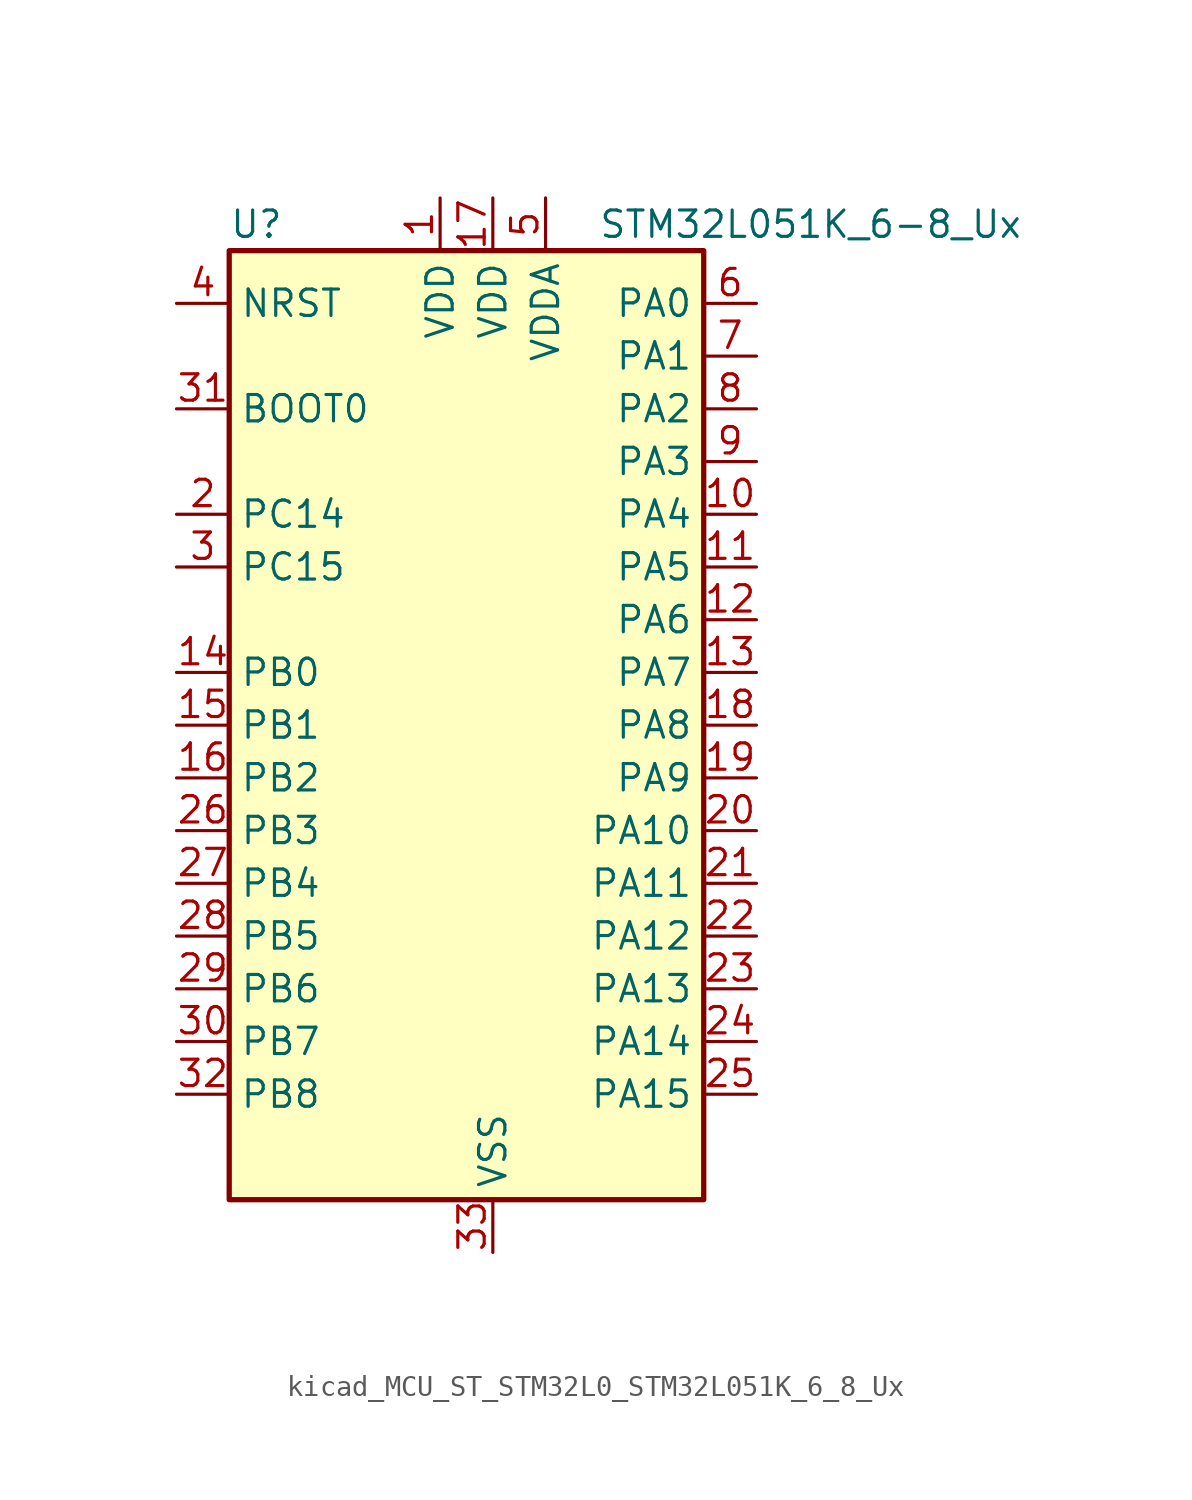
<source format=kicad_sym>
(kicad_symbol_lib
  (version 20220914)
  (generator kicad_symbol_editor)
  (symbol "kicad_MCU_ST_STM32L0_STM32L051K_6_8_Ux"
    (property "Reference" "U"
      (at -10.16 24.13 0)
      (effects (font (size 1.27 1.27)) (justify left)))
    (property "Value" "STM32L051K_6-8_Ux"
      (at 7.62 24.13 0)
      (effects (font (size 1.27 1.27)) (justify left)))
    (property "ki_locked" ""
      (at 0 0 0)
      (effects (font (size 1.27 1.27))))
    (symbol "kicad_MCU_ST_STM32L0_STM32L051K_6_8_Ux_0_1"
      (rectangle (start -10.16 -22.86) (end 12.7 22.86) (stroke (width 0.254) (type default)) (fill (type background))))
    (symbol "kicad_MCU_ST_STM32L0_STM32L051K_6_8_Ux_1_1"
      (pin power_in line (at 0 25.4 270) (length 2.54) (name "VDD" (effects (font (size 1.27 1.27)))) (number "1" (effects (font (size 1.27 1.27)))))
      (pin bidirectional line (at 15.24 10.16 180) (length 2.54) (name "PA4" (effects (font (size 1.27 1.27)))) (number "10" (effects (font (size 1.27 1.27)))) (alternate "ADC_IN4" bidirectional line) (alternate "COMP1_INM" bidirectional line) (alternate "COMP2_INM" bidirectional line) (alternate "SPI1_NSS" bidirectional line) (alternate "TIM22_ETR" bidirectional line) (alternate "USART2_CK" bidirectional line))
      (pin bidirectional line (at 15.24 7.62 180) (length 2.54) (name "PA5" (effects (font (size 1.27 1.27)))) (number "11" (effects (font (size 1.27 1.27)))) (alternate "ADC_IN5" bidirectional line) (alternate "COMP1_INM" bidirectional line) (alternate "COMP2_INM" bidirectional line) (alternate "SPI1_SCK" bidirectional line) (alternate "TIM2_CH1" bidirectional line) (alternate "TIM2_ETR" bidirectional line))
      (pin bidirectional line (at 15.24 5.08 180) (length 2.54) (name "PA6" (effects (font (size 1.27 1.27)))) (number "12" (effects (font (size 1.27 1.27)))) (alternate "ADC_IN6" bidirectional line) (alternate "COMP1_OUT" bidirectional line) (alternate "SPI1_MISO" bidirectional line) (alternate "TIM22_CH1" bidirectional line))
      (pin bidirectional line (at 15.24 2.54 180) (length 2.54) (name "PA7" (effects (font (size 1.27 1.27)))) (number "13" (effects (font (size 1.27 1.27)))) (alternate "ADC_IN7" bidirectional line) (alternate "COMP2_OUT" bidirectional line) (alternate "SPI1_MOSI" bidirectional line) (alternate "TIM22_CH2" bidirectional line))
      (pin bidirectional line (at -12.7 2.54 0) (length 2.54) (name "PB0" (effects (font (size 1.27 1.27)))) (number "14" (effects (font (size 1.27 1.27)))) (alternate "ADC_IN8" bidirectional line) (alternate "SYS_VREF_OUT_PB0" bidirectional line))
      (pin bidirectional line (at -12.7 0 0) (length 2.54) (name "PB1" (effects (font (size 1.27 1.27)))) (number "15" (effects (font (size 1.27 1.27)))) (alternate "ADC_IN9" bidirectional line) (alternate "SYS_VREF_OUT_PB1" bidirectional line))
      (pin bidirectional line (at -12.7 -2.54 0) (length 2.54) (name "PB2" (effects (font (size 1.27 1.27)))) (number "16" (effects (font (size 1.27 1.27)))) (alternate "LPTIM1_OUT" bidirectional line))
      (pin power_in line (at 2.54 25.4 270) (length 2.54) (name "VDD" (effects (font (size 1.27 1.27)))) (number "17" (effects (font (size 1.27 1.27)))))
      (pin bidirectional line (at 15.24 0 180) (length 2.54) (name "PA8" (effects (font (size 1.27 1.27)))) (number "18" (effects (font (size 1.27 1.27)))) (alternate "RCC_MCO" bidirectional line) (alternate "USART1_CK" bidirectional line))
      (pin bidirectional line (at 15.24 -2.54 180) (length 2.54) (name "PA9" (effects (font (size 1.27 1.27)))) (number "19" (effects (font (size 1.27 1.27)))) (alternate "RCC_MCO" bidirectional line) (alternate "USART1_TX" bidirectional line))
      (pin bidirectional line (at -12.7 10.16 0) (length 2.54) (name "PC14" (effects (font (size 1.27 1.27)))) (number "2" (effects (font (size 1.27 1.27)))) (alternate "RCC_OSC32_IN" bidirectional line))
      (pin bidirectional line (at 15.24 -5.08 180) (length 2.54) (name "PA10" (effects (font (size 1.27 1.27)))) (number "20" (effects (font (size 1.27 1.27)))) (alternate "USART1_RX" bidirectional line))
      (pin bidirectional line (at 15.24 -7.62 180) (length 2.54) (name "PA11" (effects (font (size 1.27 1.27)))) (number "21" (effects (font (size 1.27 1.27)))) (alternate "ADC_EXTI11" bidirectional line) (alternate "COMP1_OUT" bidirectional line) (alternate "SPI1_MISO" bidirectional line) (alternate "USART1_CTS" bidirectional line))
      (pin bidirectional line (at 15.24 -10.16 180) (length 2.54) (name "PA12" (effects (font (size 1.27 1.27)))) (number "22" (effects (font (size 1.27 1.27)))) (alternate "COMP2_OUT" bidirectional line) (alternate "SPI1_MOSI" bidirectional line) (alternate "USART1_DE" bidirectional line) (alternate "USART1_RTS" bidirectional line))
      (pin bidirectional line (at 15.24 -12.7 180) (length 2.54) (name "PA13" (effects (font (size 1.27 1.27)))) (number "23" (effects (font (size 1.27 1.27)))) (alternate "SYS_SWDIO" bidirectional line))
      (pin bidirectional line (at 15.24 -15.24 180) (length 2.54) (name "PA14" (effects (font (size 1.27 1.27)))) (number "24" (effects (font (size 1.27 1.27)))) (alternate "SYS_SWCLK" bidirectional line) (alternate "USART2_TX" bidirectional line))
      (pin bidirectional line (at 15.24 -17.78 180) (length 2.54) (name "PA15" (effects (font (size 1.27 1.27)))) (number "25" (effects (font (size 1.27 1.27)))) (alternate "SPI1_NSS" bidirectional line) (alternate "TIM2_CH1" bidirectional line) (alternate "TIM2_ETR" bidirectional line) (alternate "USART2_RX" bidirectional line))
      (pin bidirectional line (at -12.7 -5.08 0) (length 2.54) (name "PB3" (effects (font (size 1.27 1.27)))) (number "26" (effects (font (size 1.27 1.27)))) (alternate "COMP2_INM" bidirectional line) (alternate "SPI1_SCK" bidirectional line) (alternate "TIM2_CH2" bidirectional line))
      (pin bidirectional line (at -12.7 -7.62 0) (length 2.54) (name "PB4" (effects (font (size 1.27 1.27)))) (number "27" (effects (font (size 1.27 1.27)))) (alternate "COMP2_INP" bidirectional line) (alternate "SPI1_MISO" bidirectional line) (alternate "TIM22_CH1" bidirectional line))
      (pin bidirectional line (at -12.7 -10.16 0) (length 2.54) (name "PB5" (effects (font (size 1.27 1.27)))) (number "28" (effects (font (size 1.27 1.27)))) (alternate "COMP2_INP" bidirectional line) (alternate "I2C1_SMBA" bidirectional line) (alternate "LPTIM1_IN1" bidirectional line) (alternate "SPI1_MOSI" bidirectional line) (alternate "TIM22_CH2" bidirectional line))
      (pin bidirectional line (at -12.7 -12.7 0) (length 2.54) (name "PB6" (effects (font (size 1.27 1.27)))) (number "29" (effects (font (size 1.27 1.27)))) (alternate "COMP2_INP" bidirectional line) (alternate "I2C1_SCL" bidirectional line) (alternate "LPTIM1_ETR" bidirectional line) (alternate "USART1_TX" bidirectional line))
      (pin bidirectional line (at -12.7 7.62 0) (length 2.54) (name "PC15" (effects (font (size 1.27 1.27)))) (number "3" (effects (font (size 1.27 1.27)))) (alternate "RCC_OSC32_OUT" bidirectional line))
      (pin bidirectional line (at -12.7 -15.24 0) (length 2.54) (name "PB7" (effects (font (size 1.27 1.27)))) (number "30" (effects (font (size 1.27 1.27)))) (alternate "COMP2_INP" bidirectional line) (alternate "I2C1_SDA" bidirectional line) (alternate "LPTIM1_IN2" bidirectional line) (alternate "SYS_PVD_IN" bidirectional line) (alternate "USART1_RX" bidirectional line))
      (pin input line (at -12.7 15.24 0) (length 2.54) (name "BOOT0" (effects (font (size 1.27 1.27)))) (number "31" (effects (font (size 1.27 1.27)))))
      (pin bidirectional line (at -12.7 -17.78 0) (length 2.54) (name "PB8" (effects (font (size 1.27 1.27)))) (number "32" (effects (font (size 1.27 1.27)))) (alternate "I2C1_SCL" bidirectional line))
      (pin power_in line (at 2.54 -25.4 90) (length 2.54) (name "VSS" (effects (font (size 1.27 1.27)))) (number "33" (effects (font (size 1.27 1.27)))))
      (pin input line (at -12.7 20.32 0) (length 2.54) (name "NRST" (effects (font (size 1.27 1.27)))) (number "4" (effects (font (size 1.27 1.27)))))
      (pin power_in line (at 5.08 25.4 270) (length 2.54) (name "VDDA" (effects (font (size 1.27 1.27)))) (number "5" (effects (font (size 1.27 1.27)))))
      (pin bidirectional line (at 15.24 20.32 180) (length 2.54) (name "PA0" (effects (font (size 1.27 1.27)))) (number "6" (effects (font (size 1.27 1.27)))) (alternate "ADC_IN0" bidirectional line) (alternate "COMP1_INM" bidirectional line) (alternate "COMP1_OUT" bidirectional line) (alternate "RTC_TAMP2" bidirectional line) (alternate "SYS_WKUP1" bidirectional line) (alternate "TIM2_CH1" bidirectional line) (alternate "TIM2_ETR" bidirectional line) (alternate "USART2_CTS" bidirectional line))
      (pin bidirectional line (at 15.24 17.78 180) (length 2.54) (name "PA1" (effects (font (size 1.27 1.27)))) (number "7" (effects (font (size 1.27 1.27)))) (alternate "ADC_IN1" bidirectional line) (alternate "COMP1_INP" bidirectional line) (alternate "TIM21_ETR" bidirectional line) (alternate "TIM2_CH2" bidirectional line) (alternate "USART2_DE" bidirectional line) (alternate "USART2_RTS" bidirectional line))
      (pin bidirectional line (at 15.24 15.24 180) (length 2.54) (name "PA2" (effects (font (size 1.27 1.27)))) (number "8" (effects (font (size 1.27 1.27)))) (alternate "ADC_IN2" bidirectional line) (alternate "COMP2_INM" bidirectional line) (alternate "COMP2_OUT" bidirectional line) (alternate "TIM21_CH1" bidirectional line) (alternate "TIM2_CH3" bidirectional line) (alternate "USART2_TX" bidirectional line))
      (pin bidirectional line (at 15.24 12.7 180) (length 2.54) (name "PA3" (effects (font (size 1.27 1.27)))) (number "9" (effects (font (size 1.27 1.27)))) (alternate "ADC_IN3" bidirectional line) (alternate "COMP2_INP" bidirectional line) (alternate "TIM21_CH2" bidirectional line) (alternate "TIM2_CH4" bidirectional line) (alternate "USART2_RX" bidirectional line)))))
</source>
